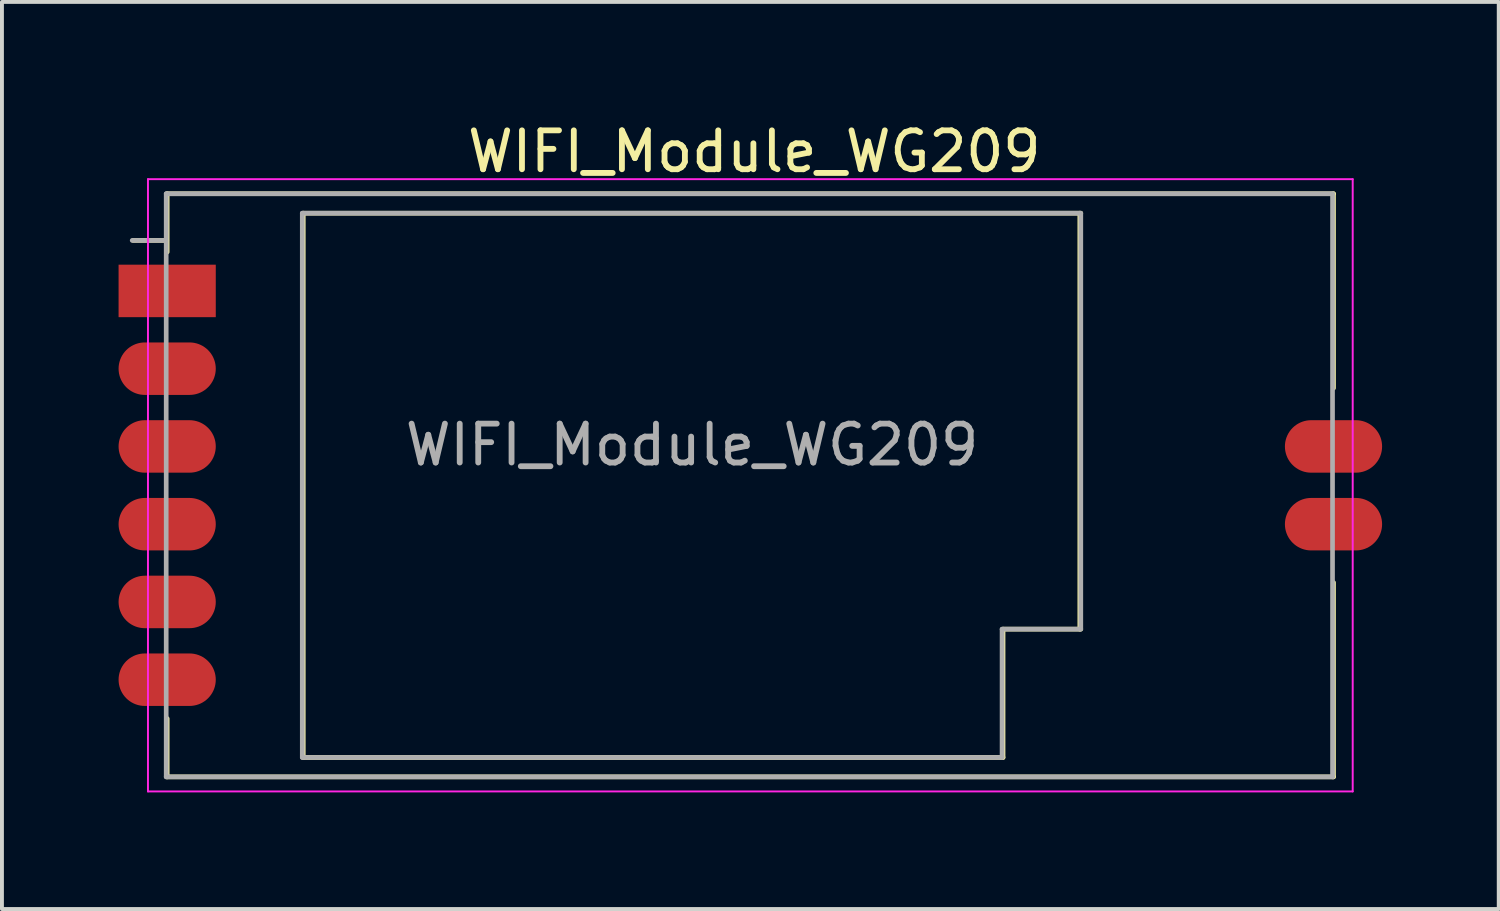
<source format=kicad_pcb>
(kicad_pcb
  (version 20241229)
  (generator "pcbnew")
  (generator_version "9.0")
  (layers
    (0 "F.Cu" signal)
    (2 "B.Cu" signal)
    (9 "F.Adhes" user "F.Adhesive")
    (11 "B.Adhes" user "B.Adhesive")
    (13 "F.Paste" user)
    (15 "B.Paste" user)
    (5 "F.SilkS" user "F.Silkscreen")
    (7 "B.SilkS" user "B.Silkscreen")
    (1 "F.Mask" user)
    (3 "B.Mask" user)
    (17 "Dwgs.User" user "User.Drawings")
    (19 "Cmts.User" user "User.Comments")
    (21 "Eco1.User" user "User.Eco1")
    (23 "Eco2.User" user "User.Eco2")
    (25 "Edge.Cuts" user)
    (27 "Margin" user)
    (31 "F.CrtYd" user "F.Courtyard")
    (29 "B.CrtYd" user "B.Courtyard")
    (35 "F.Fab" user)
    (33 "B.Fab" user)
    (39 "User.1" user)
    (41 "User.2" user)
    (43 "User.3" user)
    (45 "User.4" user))
  (footprint "WIFI_Module_WG209"
    (layer "F.Cu")
    (at 16.25 9.433)
    (property "Reference" "WIFI_Module_WG209" (at 0.102 -8.585 0) (layer "F.SilkS") (effects (font (size 1 1) (thickness 0.15))))
    (attr through_hole)
    (fp_line (start -15.011 -6.299) (end -15.875 -6.299) (stroke (width 0.12) (type solid)) (layer "F.SilkS"))
    (fp_line (start -15 -7.5) (end 15 -7.5) (stroke (width 0.12) (type solid)) (layer "F.SilkS"))
    (fp_line (start -15 -6) (end -15 -7.5) (stroke (width 0.12) (type solid)) (layer "F.SilkS"))
    (fp_line (start -15 7.5) (end -15 6) (stroke (width 0.12) (type solid)) (layer "F.SilkS"))
    (fp_line (start -15 7.5) (end 15 7.5) (stroke (width 0.12) (type solid)) (layer "F.SilkS"))
    (fp_line (start -11.5 -7) (end -11.5 7) (stroke (width 0.12) (type solid)) (layer "F.SilkS"))
    (fp_line (start -11.5 -7) (end 8.5 -7) (stroke (width 0.12) (type solid)) (layer "F.SilkS"))
    (fp_line (start 6.5 3.7) (end 6.5 7) (stroke (width 0.12) (type solid)) (layer "F.SilkS"))
    (fp_line (start 6.5 7) (end -11.5 7) (stroke (width 0.12) (type solid)) (layer "F.SilkS"))
    (fp_line (start 8.475 3.7) (end 8.475 -7) (stroke (width 0.12) (type solid)) (layer "F.SilkS"))
    (fp_line (start 8.5 3.7) (end 6.5 3.7) (stroke (width 0.12) (type solid)) (layer "F.SilkS"))
    (fp_line (start 15 -7.5) (end 15 -2.5) (stroke (width 0.12) (type solid)) (layer "F.SilkS"))
    (fp_line (start 15 7.5) (end 15 2.5) (stroke (width 0.12) (type solid)) (layer "F.SilkS"))
    (fp_line (start -15.494 -7.874) (end 15.494 -7.874) (stroke (width 0.05) (type solid)) (layer "F.CrtYd"))
    (fp_line (start -15.494 7.874) (end -15.494 -7.874) (stroke (width 0.05) (type solid)) (layer "F.CrtYd"))
    (fp_line (start 15.494 -7.874) (end 15.494 7.874) (stroke (width 0.05) (type solid)) (layer "F.CrtYd"))
    (fp_line (start 15.494 7.874) (end -15.494 7.874) (stroke (width 0.05) (type solid)) (layer "F.CrtYd"))
    (fp_line (start -15.037 -6.299) (end -15.9 -6.299) (stroke (width 0.12) (type solid)) (layer "F.Fab"))
    (fp_line (start -15.025 -7.5) (end 14.975 -7.5) (stroke (width 0.12) (type solid)) (layer "F.Fab"))
    (fp_line (start -15.025 7.5) (end -15.025 -7.5) (stroke (width 0.12) (type solid)) (layer "F.Fab"))
    (fp_line (start -15.025 7.5) (end 14.975 7.5) (stroke (width 0.12) (type solid)) (layer "F.Fab"))
    (fp_line (start -11.525 -7) (end -11.525 7) (stroke (width 0.12) (type solid)) (layer "F.Fab"))
    (fp_line (start -11.525 -7) (end 8.475 -7) (stroke (width 0.12) (type solid)) (layer "F.Fab"))
    (fp_line (start 6.475 3.7) (end 6.475 7) (stroke (width 0.12) (type solid)) (layer "F.Fab"))
    (fp_line (start 6.475 7) (end -11.525 7) (stroke (width 0.12) (type solid)) (layer "F.Fab"))
    (fp_line (start 8.475 3.7) (end 6.475 3.7) (stroke (width 0.12) (type solid)) (layer "F.Fab"))
    (fp_line (start 8.5 3.7) (end 8.5 -7) (stroke (width 0.12) (type solid)) (layer "F.Fab"))
    (fp_line (start 14.975 7.5) (end 14.975 -7.5) (stroke (width 0.12) (type solid)) (layer "F.Fab"))
    (fp_text user "${REFERENCE}" (at -1.499 -1.041 180) (layer "F.Fab") (effects (font (size 1 1) (thickness 0.15))))
    (pad "1" smd rect (at -15 -5) (size 2.5 1.35) (layers "F.Cu" "F.Mask" "F.Paste"))
    (pad "2" smd oval (at -15 -3) (size 2.5 1.35) (layers "F.Cu" "F.Mask" "F.Paste"))
    (pad "3" smd oval (at -15 -1) (size 2.5 1.35) (layers "F.Cu" "F.Mask" "F.Paste"))
    (pad "4" smd oval (at -15 1) (size 2.5 1.35) (layers "F.Cu" "F.Mask" "F.Paste"))
    (pad "5" smd oval (at -15 3) (size 2.5 1.35) (layers "F.Cu" "F.Mask" "F.Paste"))
    (pad "6" smd oval (at -15 5) (size 2.5 1.35) (layers "F.Cu" "F.Mask" "F.Paste"))
    (pad "7" smd oval (at 15 -1) (size 2.5 1.35) (layers "F.Cu" "F.Mask" "F.Paste"))
    (pad "8" smd oval (at 15 1) (size 2.5 1.35) (layers "F.Cu" "F.Mask" "F.Paste")))
  (gr_rect
    (start -3 -3)
    (end 35.5 20.332)
    (stroke (width 0.1) (type default))
    (fill no)
    (layer "Edge.Cuts")))
</source>
